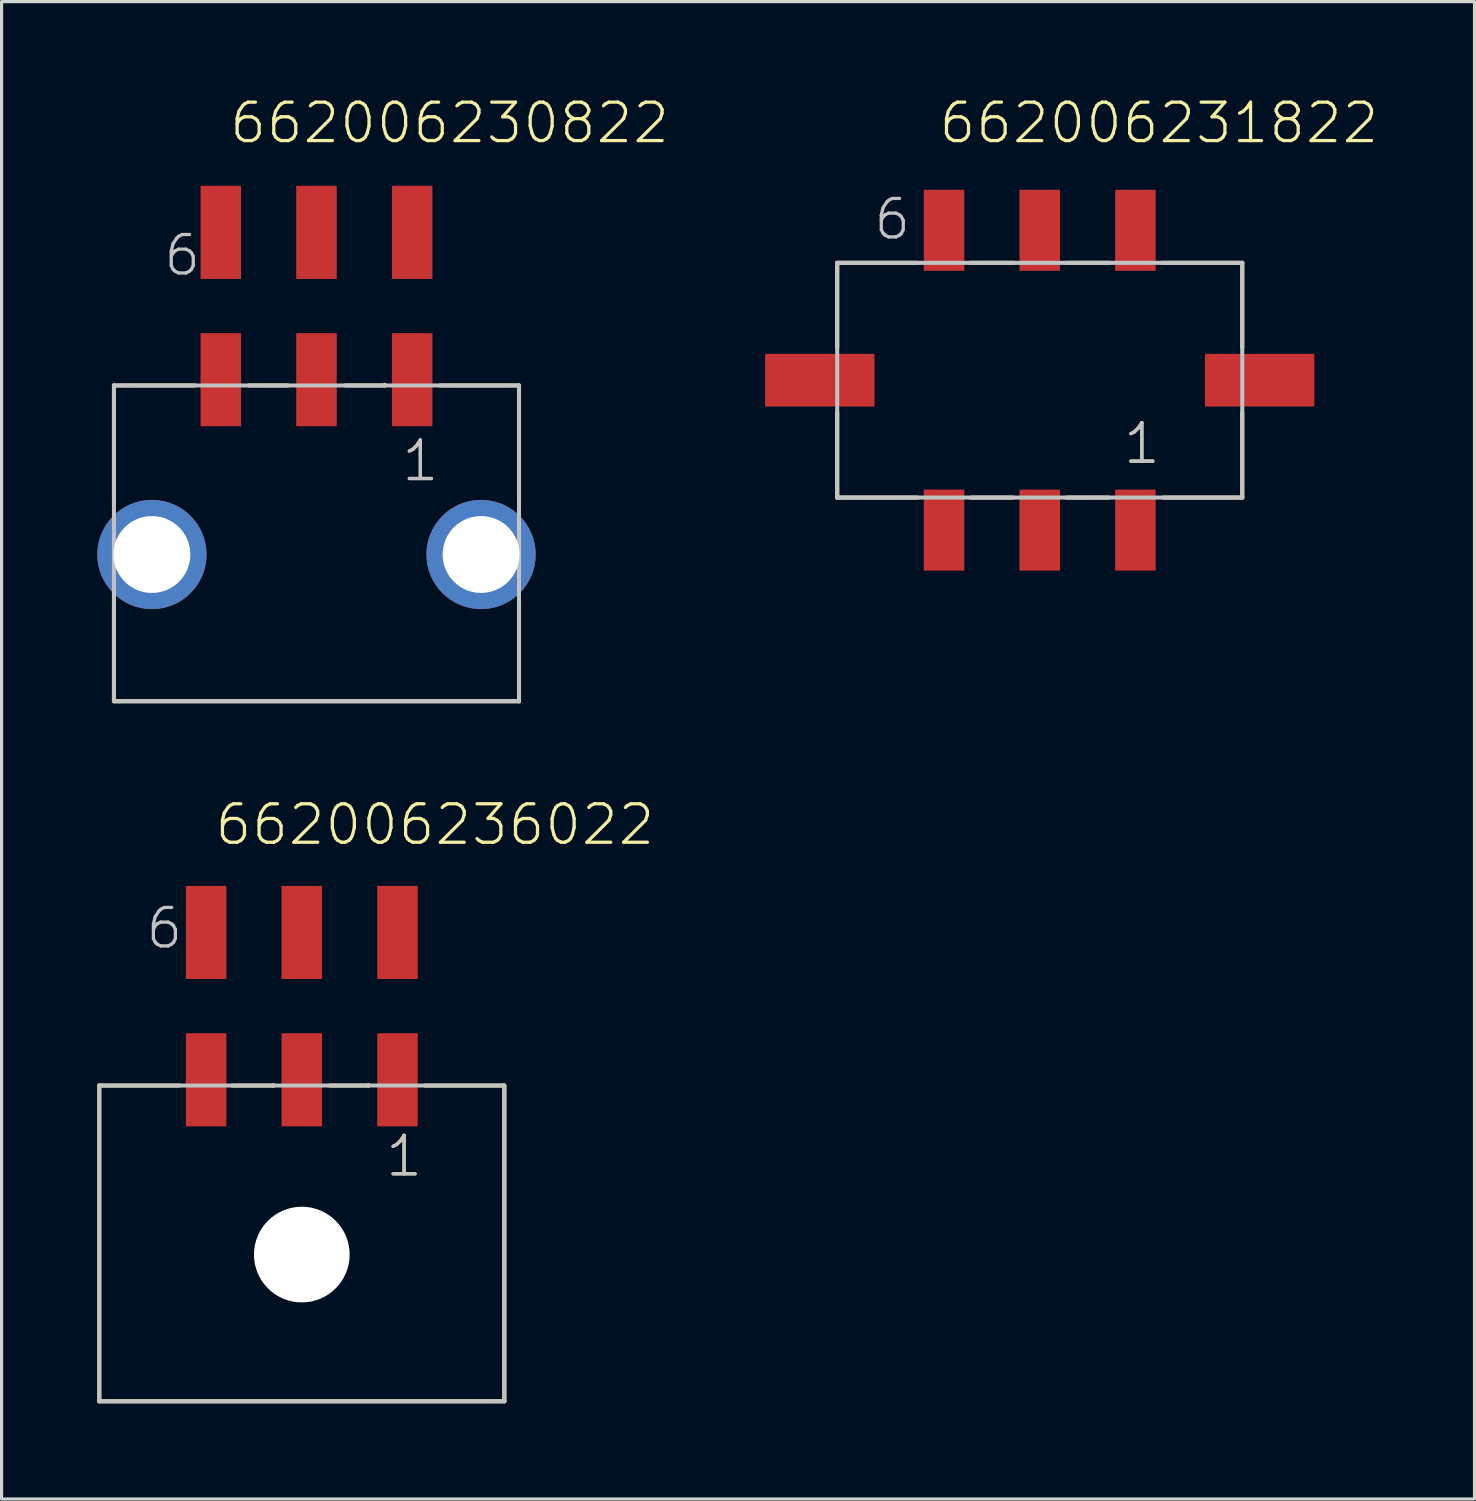
<source format=kicad_pcb>
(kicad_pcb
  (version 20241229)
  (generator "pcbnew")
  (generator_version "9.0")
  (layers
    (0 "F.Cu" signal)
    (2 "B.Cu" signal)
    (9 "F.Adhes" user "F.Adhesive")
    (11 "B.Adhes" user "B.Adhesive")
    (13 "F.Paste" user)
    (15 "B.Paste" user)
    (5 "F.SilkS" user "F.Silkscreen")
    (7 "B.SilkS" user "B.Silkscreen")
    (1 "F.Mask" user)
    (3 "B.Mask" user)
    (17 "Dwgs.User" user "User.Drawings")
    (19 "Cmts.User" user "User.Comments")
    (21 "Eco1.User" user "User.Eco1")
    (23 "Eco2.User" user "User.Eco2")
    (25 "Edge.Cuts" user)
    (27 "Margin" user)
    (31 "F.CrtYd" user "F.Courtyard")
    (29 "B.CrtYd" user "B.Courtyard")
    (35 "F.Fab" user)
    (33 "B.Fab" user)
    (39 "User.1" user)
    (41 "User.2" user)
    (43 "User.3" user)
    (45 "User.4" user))
  (footprint "662006236022"
    (layer "F.Cu")
    (at 6.413 36.286)
    (property "Reference" "662006236022" (at -2.785 -12.775 0) (layer "F.SilkS") (effects (font (size 1.206 1.206) (thickness 0.102)) (justify left bottom)))
    (attr through_hole)
    (fp_line (start -6.35 -5.3) (end -6.35 4.6) (stroke (width 0.127) (type solid)) (layer "F.SilkS"))
    (fp_line (start -6.35 4.6) (end 6.35 4.6) (stroke (width 0.127) (type solid)) (layer "F.SilkS"))
    (fp_line (start -3.83 -5.3) (end -6.35 -5.3) (stroke (width 0.127) (type solid)) (layer "F.SilkS"))
    (fp_line (start -2.18 -5.3) (end -0.89 -5.3) (stroke (width 0.127) (type solid)) (layer "F.SilkS"))
    (fp_line (start -0.89 -5.3) (end -0.89 -5.31) (stroke (width 0.127) (type solid)) (layer "F.SilkS"))
    (fp_line (start 0.87 -5.3) (end 2.09 -5.3) (stroke (width 0.127) (type solid)) (layer "F.SilkS"))
    (fp_line (start 2.09 -5.3) (end 2.09 -5.31) (stroke (width 0.127) (type solid)) (layer "F.SilkS"))
    (fp_line (start 3.86 -5.3) (end 6.33 -5.3) (stroke (width 0.127) (type solid)) (layer "F.SilkS"))
    (fp_line (start 6.33 -5.3) (end 6.33 -5.28) (stroke (width 0.127) (type solid)) (layer "F.SilkS"))
    (fp_line (start 6.35 4.6) (end 6.35 -5.3) (stroke (width 0.127) (type solid)) (layer "F.SilkS"))
    (fp_line (start -6.35 -5.3) (end 6.35 -5.3) (stroke (width 0.127) (type solid)) (layer "Dwgs.User"))
    (fp_line (start -6.35 4.6) (end -6.35 -5.3) (stroke (width 0.127) (type solid)) (layer "Dwgs.User"))
    (fp_line (start 6.35 -5.3) (end 6.35 4.6) (stroke (width 0.127) (type solid)) (layer "Dwgs.User"))
    (fp_line (start 6.35 4.6) (end -6.35 4.6) (stroke (width 0.127) (type solid)) (layer "Dwgs.User"))
    (fp_text user "1" (at 2.565 -2.38 0) (layer "F.SilkS") (effects (font (size 1.206 1.206) (thickness 0.102)) (justify left bottom)))
    (fp_text user "1" (at 2.565 -2.38 0) (layer "Dwgs.User") (effects (font (size 1.206 1.206) (thickness 0.102)) (justify left bottom)))
    (fp_text user "6" (at -4.95 -9.525 0) (layer "Dwgs.User") (effects (font (size 1.206 1.206) (thickness 0.102)) (justify left bottom)))
    (pad "" np_thru_hole circle (at 0 0) (size 3 3) (drill 3) (layers "*.Cu"))
    (pad "1" smd rect (at 3 -5.48 90) (size 2.92 1.27) (layers "F.Cu" "F.Mask" "F.Paste"))
    (pad "2" smd rect (at 0 -5.48 90) (size 2.92 1.27) (layers "F.Cu" "F.Mask" "F.Paste"))
    (pad "3" smd rect (at -3 -5.48 90) (size 2.92 1.27) (layers "F.Cu" "F.Mask" "F.Paste"))
    (pad "4" smd rect (at 3 -10.1 90) (size 2.92 1.27) (layers "F.Cu" "F.Mask" "F.Paste"))
    (pad "5" smd rect (at 0 -10.1 90) (size 2.92 1.27) (layers "F.Cu" "F.Mask" "F.Paste"))
    (pad "6" smd rect (at -3 -10.1 90) (size 2.92 1.27) (layers "F.Cu" "F.Mask" "F.Paste")))
  (footprint "662006231822"
    (layer "F.Cu")
    (at 29.55 8.871)
    (property "Reference" "662006231822" (at -3.22 -7.36 0) (layer "F.SilkS") (effects (font (size 1.206 1.206) (thickness 0.102)) (justify left bottom)))
    (attr through_hole)
    (fp_line (start -6.35 -3.68) (end -6.35 -1.02) (stroke (width 0.127) (type solid)) (layer "F.SilkS"))
    (fp_line (start -6.35 1.01) (end -6.35 3.68) (stroke (width 0.127) (type solid)) (layer "F.SilkS"))
    (fp_line (start -3.83 -3.68) (end -6.35 -3.68) (stroke (width 0.127) (type solid)) (layer "F.SilkS"))
    (fp_line (start -3.83 3.68) (end -6.35 3.68) (stroke (width 0.127) (type solid)) (layer "F.SilkS"))
    (fp_line (start -2.19 -3.68) (end -0.81 -3.68) (stroke (width 0.127) (type solid)) (layer "F.SilkS"))
    (fp_line (start -2.16 3.68) (end -0.83 3.68) (stroke (width 0.127) (type solid)) (layer "F.SilkS"))
    (fp_line (start 0.81 -3.68) (end 2.19 -3.68) (stroke (width 0.127) (type solid)) (layer "F.SilkS"))
    (fp_line (start 0.84 3.68) (end 2.17 3.68) (stroke (width 0.127) (type solid)) (layer "F.SilkS"))
    (fp_line (start 3.84 -3.68) (end 6.35 -3.68) (stroke (width 0.127) (type solid)) (layer "F.SilkS"))
    (fp_line (start 6.35 -3.68) (end 6.35 -1.02) (stroke (width 0.127) (type solid)) (layer "F.SilkS"))
    (fp_line (start 6.35 1.01) (end 6.35 3.68) (stroke (width 0.127) (type solid)) (layer "F.SilkS"))
    (fp_line (start 6.35 3.68) (end 3.88 3.68) (stroke (width 0.127) (type solid)) (layer "F.SilkS"))
    (fp_line (start -6.35 -3.68) (end 6.35 -3.68) (stroke (width 0.127) (type solid)) (layer "Dwgs.User"))
    (fp_line (start -6.35 3.68) (end -6.35 -3.68) (stroke (width 0.127) (type solid)) (layer "Dwgs.User"))
    (fp_line (start 6.35 -3.68) (end 6.35 3.68) (stroke (width 0.127) (type solid)) (layer "Dwgs.User"))
    (fp_line (start 6.35 3.68) (end -6.35 3.68) (stroke (width 0.127) (type solid)) (layer "Dwgs.User"))
    (fp_text user "1" (at 2.56 2.69 0) (layer "F.SilkS") (effects (font (size 1.206 1.206) (thickness 0.102)) (justify left bottom)))
    (fp_text user "6" (at -5.265 -4.34 0) (layer "Dwgs.User") (effects (font (size 1.206 1.206) (thickness 0.102)) (justify left bottom)))
    (fp_text user "1" (at 2.56 2.69 0) (layer "Dwgs.User") (effects (font (size 1.206 1.206) (thickness 0.102)) (justify left bottom)))
    (pad "1" smd rect (at 3 4.7 90) (size 2.54 1.27) (layers "F.Cu" "F.Mask" "F.Paste"))
    (pad "2" smd rect (at 0 4.7 90) (size 2.54 1.27) (layers "F.Cu" "F.Mask" "F.Paste"))
    (pad "3" smd rect (at -3 4.7 90) (size 2.54 1.27) (layers "F.Cu" "F.Mask" "F.Paste"))
    (pad "4" smd rect (at 3 -4.7 90) (size 2.54 1.27) (layers "F.Cu" "F.Mask" "F.Paste"))
    (pad "5" smd rect (at 0 -4.7 90) (size 2.54 1.27) (layers "F.Cu" "F.Mask" "F.Paste"))
    (pad "6" smd rect (at -3 -4.7 90) (size 2.54 1.27) (layers "F.Cu" "F.Mask" "F.Paste"))
    (pad "M1" smd rect (at 6.895 0 180) (size 3.43 1.65) (layers "F.Cu" "F.Mask" "F.Paste"))
    (pad "M2" smd rect (at -6.895 0 180) (size 3.43 1.65) (layers "F.Cu" "F.Mask" "F.Paste")))
  (footprint "662006230822"
    (layer "F.Cu")
    (at 6.873 14.336)
    (property "Reference" "662006230822" (at -2.785 -12.825 0) (layer "F.SilkS") (effects (font (size 1.206 1.206) (thickness 0.102)) (justify left bottom)))
    (attr through_hole)
    (fp_line (start -6.35 -5.3) (end -6.35 -1.64) (stroke (width 0.127) (type solid)) (layer "F.SilkS"))
    (fp_line (start -6.35 1.7) (end -6.35 4.6) (stroke (width 0.127) (type solid)) (layer "F.SilkS"))
    (fp_line (start -6.35 4.6) (end 6.35 4.6) (stroke (width 0.127) (type solid)) (layer "F.SilkS"))
    (fp_line (start -3.81 -5.3) (end -6.35 -5.3) (stroke (width 0.127) (type solid)) (layer "F.SilkS"))
    (fp_line (start -2.12 -5.3) (end -0.89 -5.3) (stroke (width 0.127) (type solid)) (layer "F.SilkS"))
    (fp_line (start 0.91 -5.3) (end 2.14 -5.3) (stroke (width 0.127) (type solid)) (layer "F.SilkS"))
    (fp_line (start 2.14 -5.3) (end 2.14 -5.32) (stroke (width 0.127) (type solid)) (layer "F.SilkS"))
    (fp_line (start 3.87 -5.3) (end 6.35 -5.3) (stroke (width 0.127) (type solid)) (layer "F.SilkS"))
    (fp_line (start 6.35 -5.3) (end 6.35 -1.66) (stroke (width 0.127) (type solid)) (layer "F.SilkS"))
    (fp_line (start 6.35 4.6) (end 6.35 1.59) (stroke (width 0.127) (type solid)) (layer "F.SilkS"))
    (fp_line (start -6.35 -5.3) (end 6.35 -5.3) (stroke (width 0.127) (type solid)) (layer "Dwgs.User"))
    (fp_line (start -6.35 4.6) (end -6.35 -5.3) (stroke (width 0.127) (type solid)) (layer "Dwgs.User"))
    (fp_line (start 6.35 -5.3) (end 6.35 4.6) (stroke (width 0.127) (type solid)) (layer "Dwgs.User"))
    (fp_line (start 6.35 4.6) (end -6.35 4.6) (stroke (width 0.127) (type solid)) (layer "Dwgs.User"))
    (fp_text user "1" (at 2.615 -2.23 0) (layer "F.SilkS") (effects (font (size 1.206 1.206) (thickness 0.102)) (justify left bottom)))
    (fp_text user "6" (at -4.85 -8.675 0) (layer "Dwgs.User") (effects (font (size 1.206 1.206) (thickness 0.102)) (justify left bottom)))
    (fp_text user "1" (at 2.615 -2.23 0) (layer "Dwgs.User") (effects (font (size 1.206 1.206) (thickness 0.102)) (justify left bottom)))
    (pad "1" smd rect (at 3 -5.48 90) (size 2.92 1.27) (layers "F.Cu" "F.Mask" "F.Paste"))
    (pad "2" smd rect (at 0 -5.48 90) (size 2.92 1.27) (layers "F.Cu" "F.Mask" "F.Paste"))
    (pad "3" smd rect (at -3 -5.48 90) (size 2.92 1.27) (layers "F.Cu" "F.Mask" "F.Paste"))
    (pad "4" smd rect (at 3 -10.1 90) (size 2.92 1.27) (layers "F.Cu" "F.Mask" "F.Paste"))
    (pad "5" smd rect (at 0 -10.1 90) (size 2.92 1.27) (layers "F.Cu" "F.Mask" "F.Paste"))
    (pad "6" smd rect (at -3 -10.1 90) (size 2.92 1.27) (layers "F.Cu" "F.Mask" "F.Paste"))
    (pad "Z1" thru_hole circle (at -5.16 0) (size 3.426 3.426) (drill 2.41) (layers "*.Cu" "*.Mask"))
    (pad "Z2" thru_hole circle (at 5.16 0) (size 3.426 3.426) (drill 2.41) (layers "*.Cu" "*.Mask")))
  (gr_rect
    (start -3 -3)
    (end 43.182 43.95)
    (stroke (width 0.1) (type default))
    (fill no)
    (layer "Edge.Cuts")))
</source>
